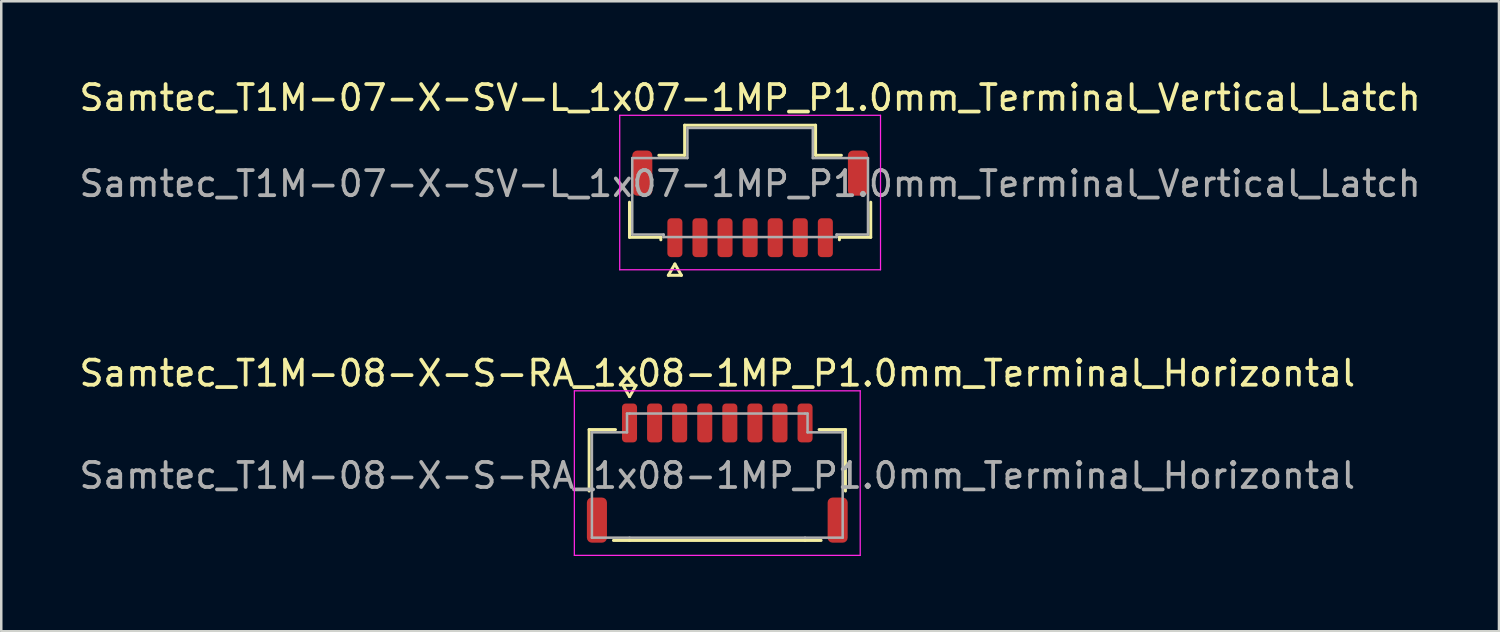
<source format=kicad_pcb>
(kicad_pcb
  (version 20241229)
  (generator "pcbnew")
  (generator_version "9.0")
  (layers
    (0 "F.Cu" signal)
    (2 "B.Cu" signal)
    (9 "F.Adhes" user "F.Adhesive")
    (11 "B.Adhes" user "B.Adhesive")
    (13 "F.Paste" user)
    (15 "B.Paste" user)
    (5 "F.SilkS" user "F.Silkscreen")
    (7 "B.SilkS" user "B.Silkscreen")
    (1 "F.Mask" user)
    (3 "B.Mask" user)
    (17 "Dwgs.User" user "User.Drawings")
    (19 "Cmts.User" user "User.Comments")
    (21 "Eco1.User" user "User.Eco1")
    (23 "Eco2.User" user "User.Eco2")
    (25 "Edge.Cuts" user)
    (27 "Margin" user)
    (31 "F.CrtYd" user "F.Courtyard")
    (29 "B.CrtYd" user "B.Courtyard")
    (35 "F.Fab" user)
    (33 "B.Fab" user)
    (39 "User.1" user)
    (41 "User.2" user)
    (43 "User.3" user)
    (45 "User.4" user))
  (footprint "Samtec_T1M-07-X-SV-L_1x07-1MP_P1.0mm_Terminal_Vertical_Latch"
    (layer "F.Cu")
    (at 26.863 4.278)
    (property "Reference" "Samtec_T1M-07-X-SV-L_1x07-1MP_P1.0mm_Terminal_Vertical_Latch" (at 0 -3.43 0) (layer "F.SilkS") (effects (font (size 1 1) (thickness 0.15))))
    (attr smd)
    (fp_line (start -4.81 2.135) (end -4.81 0.735) (stroke (width 0.12) (type solid)) (layer "F.SilkS"))
    (fp_line (start -3.64 -1.135) (end -2.61 -1.135) (stroke (width 0.12) (type solid)) (layer "F.SilkS"))
    (fp_line (start -3.56 2.135) (end -4.81 2.135) (stroke (width 0.12) (type solid)) (layer "F.SilkS"))
    (fp_line (start -3.56 2.235) (end -3.56 2.135) (stroke (width 0.12) (type solid)) (layer "F.SilkS"))
    (fp_line (start -3.26 3.65) (end -3 3.2) (stroke (width 0.12) (type solid)) (layer "F.SilkS"))
    (fp_line (start -3 3.2) (end -2.74 3.65) (stroke (width 0.12) (type solid)) (layer "F.SilkS"))
    (fp_line (start -2.74 3.65) (end -3.26 3.65) (stroke (width 0.12) (type solid)) (layer "F.SilkS"))
    (fp_line (start -2.61 -2.335) (end 2.61 -2.335) (stroke (width 0.12) (type solid)) (layer "F.SilkS"))
    (fp_line (start -2.61 -1.135) (end -2.61 -2.335) (stroke (width 0.12) (type solid)) (layer "F.SilkS"))
    (fp_line (start 2.61 -2.335) (end 2.61 -1.135) (stroke (width 0.12) (type solid)) (layer "F.SilkS"))
    (fp_line (start 2.61 -1.135) (end 3.64 -1.135) (stroke (width 0.12) (type solid)) (layer "F.SilkS"))
    (fp_line (start 3.56 2.135) (end 3.56 2.235) (stroke (width 0.12) (type solid)) (layer "F.SilkS"))
    (fp_line (start 4.81 0.735) (end 4.81 2.135) (stroke (width 0.12) (type solid)) (layer "F.SilkS"))
    (fp_line (start 4.81 2.135) (end 3.56 2.135) (stroke (width 0.12) (type solid)) (layer "F.SilkS"))
    (fp_line (start -5.2 -2.73) (end -5.2 3.43) (stroke (width 0.05) (type solid)) (layer "F.CrtYd"))
    (fp_line (start -5.2 3.43) (end 5.2 3.43) (stroke (width 0.05) (type solid)) (layer "F.CrtYd"))
    (fp_line (start 5.2 -2.73) (end -5.2 -2.73) (stroke (width 0.05) (type solid)) (layer "F.CrtYd"))
    (fp_line (start 5.2 3.43) (end 5.2 -2.73) (stroke (width 0.05) (type solid)) (layer "F.CrtYd"))
    (fp_line (start -4.7 -1.025) (end -2.5 -1.025) (stroke (width 0.1) (type solid)) (layer "F.Fab"))
    (fp_line (start -4.7 2.025) (end -4.7 -1.025) (stroke (width 0.1) (type solid)) (layer "F.Fab"))
    (fp_line (start -3.45 2.025) (end -4.7 2.025) (stroke (width 0.1) (type solid)) (layer "F.Fab"))
    (fp_line (start -3.45 2.125) (end -3.45 2.025) (stroke (width 0.1) (type solid)) (layer "F.Fab"))
    (fp_line (start -2.5 -2.225) (end 2.5 -2.225) (stroke (width 0.1) (type solid)) (layer "F.Fab"))
    (fp_line (start -2.5 -1.025) (end -2.5 -2.225) (stroke (width 0.1) (type solid)) (layer "F.Fab"))
    (fp_line (start 2.5 -2.225) (end 2.5 -1.025) (stroke (width 0.1) (type solid)) (layer "F.Fab"))
    (fp_line (start 2.5 -1.025) (end 4.7 -1.025) (stroke (width 0.1) (type solid)) (layer "F.Fab"))
    (fp_line (start 3.45 2.025) (end 3.45 2.125) (stroke (width 0.1) (type solid)) (layer "F.Fab"))
    (fp_line (start 3.45 2.125) (end -3.45 2.125) (stroke (width 0.1) (type solid)) (layer "F.Fab"))
    (fp_line (start 4.7 -1.025) (end 4.7 2.025) (stroke (width 0.1) (type solid)) (layer "F.Fab"))
    (fp_line (start 4.7 2.025) (end 3.45 2.025) (stroke (width 0.1) (type solid)) (layer "F.Fab"))
    (fp_text user "${REFERENCE}" (at 0 0 0) (layer "F.Fab") (effects (font (size 1 1) (thickness 0.15))))
    (pad "1" smd roundrect (at -3 2.15) (size 0.6 1.55) (layers "F.Cu" "F.Mask" "F.Paste") (roundrect_rratio 0.25))
    (pad "2" smd roundrect (at -2 2.15) (size 0.6 1.55) (layers "F.Cu" "F.Mask" "F.Paste") (roundrect_rratio 0.25))
    (pad "3" smd roundrect (at -1 2.15) (size 0.6 1.55) (layers "F.Cu" "F.Mask" "F.Paste") (roundrect_rratio 0.25))
    (pad "4" smd roundrect (at 0 2.15) (size 0.6 1.55) (layers "F.Cu" "F.Mask" "F.Paste") (roundrect_rratio 0.25))
    (pad "5" smd roundrect (at 1 2.15) (size 0.6 1.55) (layers "F.Cu" "F.Mask" "F.Paste") (roundrect_rratio 0.25))
    (pad "6" smd roundrect (at 2 2.15) (size 0.6 1.55) (layers "F.Cu" "F.Mask" "F.Paste") (roundrect_rratio 0.25))
    (pad "7" smd roundrect (at 3 2.15) (size 0.6 1.55) (layers "F.Cu" "F.Mask" "F.Paste") (roundrect_rratio 0.25))
    (pad "MP" smd roundrect (at -4.3 -0.425) (size 0.8 1.8) (layers "F.Cu" "F.Mask" "F.Paste") (roundrect_rratio 0.25))
    (pad "MP" smd roundrect (at 4.3 -0.425) (size 0.8 1.8) (layers "F.Cu" "F.Mask" "F.Paste") (roundrect_rratio 0.25)))
  (footprint "Samtec_T1M-08-X-S-RA_1x08-1MP_P1.0mm_Terminal_Horizontal"
    (layer "F.Cu")
    (at 25.554 15.916)
    (property "Reference" "Samtec_T1M-08-X-S-RA_1x08-1MP_P1.0mm_Terminal_Horizontal" (at 0 -4.08 0) (layer "F.SilkS") (effects (font (size 1 1) (thickness 0.15))))
    (attr smd)
    (fp_line (start -5.11 -1.835) (end -4.06 -1.835) (stroke (width 0.12) (type solid)) (layer "F.SilkS"))
    (fp_line (start -5.11 0.615) (end -5.11 -1.835) (stroke (width 0.12) (type solid)) (layer "F.SilkS"))
    (fp_line (start -3.76 -3.6) (end -3.5 -3.15) (stroke (width 0.12) (type solid)) (layer "F.SilkS"))
    (fp_line (start -3.5 -3.15) (end -3.24 -3.6) (stroke (width 0.12) (type solid)) (layer "F.SilkS"))
    (fp_line (start -3.5 2.585) (end -4.14 2.585) (stroke (width 0.12) (type solid)) (layer "F.SilkS"))
    (fp_line (start -3.24 -3.6) (end -3.76 -3.6) (stroke (width 0.12) (type solid)) (layer "F.SilkS"))
    (fp_line (start 3.5 2.585) (end -3.5 2.585) (stroke (width 0.12) (type solid)) (layer "F.SilkS"))
    (fp_line (start 4.06 -1.835) (end 5.11 -1.835) (stroke (width 0.12) (type solid)) (layer "F.SilkS"))
    (fp_line (start 4.14 2.585) (end 3.5 2.585) (stroke (width 0.12) (type solid)) (layer "F.SilkS"))
    (fp_line (start 5.11 -1.835) (end 5.11 0.615) (stroke (width 0.12) (type solid)) (layer "F.SilkS"))
    (fp_line (start -5.7 -3.38) (end -5.7 3.18) (stroke (width 0.05) (type solid)) (layer "F.CrtYd"))
    (fp_line (start -5.7 3.18) (end 5.7 3.18) (stroke (width 0.05) (type solid)) (layer "F.CrtYd"))
    (fp_line (start 5.7 -3.38) (end -5.7 -3.38) (stroke (width 0.05) (type solid)) (layer "F.CrtYd"))
    (fp_line (start 5.7 3.18) (end 5.7 -3.38) (stroke (width 0.05) (type solid)) (layer "F.CrtYd"))
    (fp_line (start -5 -1.725) (end -3.6 -1.725) (stroke (width 0.1) (type solid)) (layer "F.Fab"))
    (fp_line (start -5 2.475) (end -5 -1.725) (stroke (width 0.1) (type solid)) (layer "F.Fab"))
    (fp_line (start -3.6 -2.475) (end -3.5 -2.475) (stroke (width 0.1) (type solid)) (layer "F.Fab"))
    (fp_line (start -3.6 -1.725) (end -3.6 -2.475) (stroke (width 0.1) (type solid)) (layer "F.Fab"))
    (fp_line (start -3.5 -2.475) (end 3.5 -2.475) (stroke (width 0.1) (type solid)) (layer "F.Fab"))
    (fp_line (start -3.5 2.475) (end -5 2.475) (stroke (width 0.1) (type solid)) (layer "F.Fab"))
    (fp_line (start 3.5 -2.475) (end 3.6 -2.475) (stroke (width 0.1) (type solid)) (layer "F.Fab"))
    (fp_line (start 3.5 2.475) (end -3.5 2.475) (stroke (width 0.1) (type solid)) (layer "F.Fab"))
    (fp_line (start 3.6 -2.475) (end 3.6 -1.725) (stroke (width 0.1) (type solid)) (layer "F.Fab"))
    (fp_line (start 3.6 -1.725) (end 5 -1.725) (stroke (width 0.1) (type solid)) (layer "F.Fab"))
    (fp_line (start 5 -1.725) (end 5 2.475) (stroke (width 0.1) (type solid)) (layer "F.Fab"))
    (fp_line (start 5 2.475) (end 3.5 2.475) (stroke (width 0.1) (type solid)) (layer "F.Fab"))
    (fp_text user "${REFERENCE}" (at 0 0 0) (layer "F.Fab") (effects (font (size 1 1) (thickness 0.15))))
    (pad "1" smd roundrect (at -3.5 -2.1) (size 0.6 1.55) (layers "F.Cu" "F.Mask" "F.Paste") (roundrect_rratio 0.25))
    (pad "2" smd roundrect (at -2.5 -2.1) (size 0.6 1.55) (layers "F.Cu" "F.Mask" "F.Paste") (roundrect_rratio 0.25))
    (pad "3" smd roundrect (at -1.5 -2.1) (size 0.6 1.55) (layers "F.Cu" "F.Mask" "F.Paste") (roundrect_rratio 0.25))
    (pad "4" smd roundrect (at -0.5 -2.1) (size 0.6 1.55) (layers "F.Cu" "F.Mask" "F.Paste") (roundrect_rratio 0.25))
    (pad "5" smd roundrect (at 0.5 -2.1) (size 0.6 1.55) (layers "F.Cu" "F.Mask" "F.Paste") (roundrect_rratio 0.25))
    (pad "6" smd roundrect (at 1.5 -2.1) (size 0.6 1.55) (layers "F.Cu" "F.Mask" "F.Paste") (roundrect_rratio 0.25))
    (pad "7" smd roundrect (at 2.5 -2.1) (size 0.6 1.55) (layers "F.Cu" "F.Mask" "F.Paste") (roundrect_rratio 0.25))
    (pad "8" smd roundrect (at 3.5 -2.1) (size 0.6 1.55) (layers "F.Cu" "F.Mask" "F.Paste") (roundrect_rratio 0.25))
    (pad "MP" smd roundrect (at -4.8 1.775) (size 0.8 1.8) (layers "F.Cu" "F.Mask" "F.Paste") (roundrect_rratio 0.25))
    (pad "MP" smd roundrect (at 4.8 1.775) (size 0.8 1.8) (layers "F.Cu" "F.Mask" "F.Paste") (roundrect_rratio 0.25)))
  (gr_rect
    (start -3 -3)
    (end 56.726 22.122)
    (stroke (width 0.1) (type default))
    (fill no)
    (layer "Edge.Cuts")))
</source>
